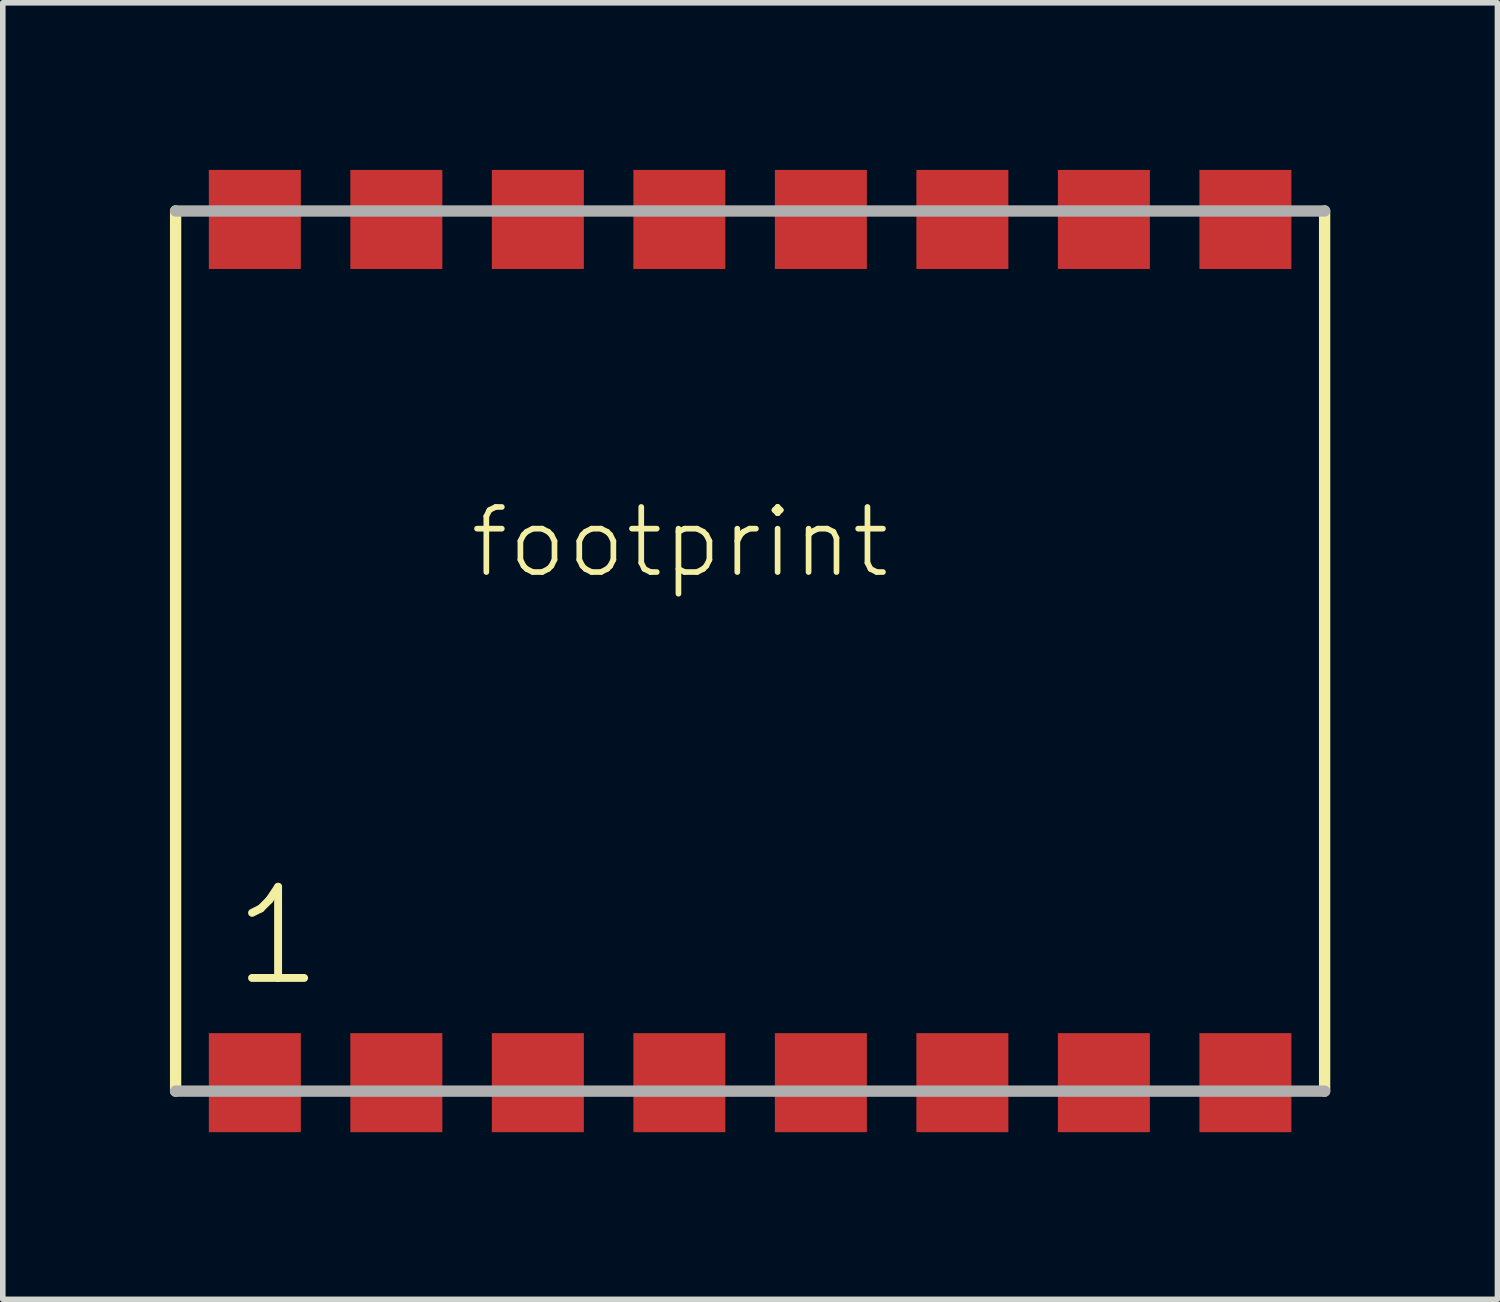
<source format=kicad_pcb>
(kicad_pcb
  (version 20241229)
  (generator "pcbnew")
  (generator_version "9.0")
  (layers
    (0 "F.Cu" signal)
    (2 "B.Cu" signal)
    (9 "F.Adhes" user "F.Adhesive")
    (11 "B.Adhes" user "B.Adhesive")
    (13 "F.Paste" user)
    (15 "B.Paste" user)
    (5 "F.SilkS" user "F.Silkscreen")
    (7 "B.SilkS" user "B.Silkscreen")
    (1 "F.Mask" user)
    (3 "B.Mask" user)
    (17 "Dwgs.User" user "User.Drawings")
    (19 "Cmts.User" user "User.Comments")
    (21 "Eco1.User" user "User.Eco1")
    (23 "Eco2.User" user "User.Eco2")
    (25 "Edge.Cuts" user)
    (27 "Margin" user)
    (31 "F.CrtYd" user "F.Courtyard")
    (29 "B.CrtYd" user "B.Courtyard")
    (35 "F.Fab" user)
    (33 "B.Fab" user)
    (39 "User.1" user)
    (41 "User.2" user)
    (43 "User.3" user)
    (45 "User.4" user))
  (footprint "footprint"
    (layer "F.Cu")
    (at 10.414 8.636)
    (property "Reference" "footprint" (at -5.08 -1.27 0) (layer "F.SilkS") (effects (font (size 1.168 1.168) (thickness 0.102)) (justify left bottom)))
    (fp_line (start -10.312 -7.899) (end -10.312 7.899) (stroke (width 0.203) (type solid)) (layer "F.SilkS"))
    (fp_line (start 10.312 7.899) (end 10.312 -7.899) (stroke (width 0.203) (type solid)) (layer "F.SilkS"))
    (fp_line (start -10.312 7.899) (end 10.312 7.899) (stroke (width 0.203) (type solid)) (layer "F.Fab"))
    (fp_line (start 10.312 -7.899) (end -10.312 -7.899) (stroke (width 0.203) (type solid)) (layer "F.Fab"))
    (fp_text user "1" (at -9.345 6.075 0) (layer "F.SilkS") (effects (font (size 1.636 1.636) (thickness 0.142)) (justify left bottom)))
    (pad "1" smd rect (at -8.89 7.747) (size 1.651 1.778) (layers "F.Cu" "F.Mask" "F.Paste"))
    (pad "2" smd rect (at -6.35 7.747) (size 1.651 1.778) (layers "F.Cu" "F.Mask" "F.Paste"))
    (pad "3" smd rect (at -3.81 7.747) (size 1.651 1.778) (layers "F.Cu" "F.Mask" "F.Paste"))
    (pad "4" smd rect (at -1.27 7.747) (size 1.651 1.778) (layers "F.Cu" "F.Mask" "F.Paste"))
    (pad "5" smd rect (at 1.27 7.747) (size 1.651 1.778) (layers "F.Cu" "F.Mask" "F.Paste"))
    (pad "6" smd rect (at 3.81 7.747) (size 1.651 1.778) (layers "F.Cu" "F.Mask" "F.Paste"))
    (pad "7" smd rect (at 6.35 7.747) (size 1.651 1.778) (layers "F.Cu" "F.Mask" "F.Paste"))
    (pad "8" smd rect (at 8.89 7.747) (size 1.651 1.778) (layers "F.Cu" "F.Mask" "F.Paste"))
    (pad "9" smd rect (at 8.89 -7.747 180) (size 1.651 1.778) (layers "F.Cu" "F.Mask" "F.Paste"))
    (pad "10" smd rect (at 6.35 -7.747 180) (size 1.651 1.778) (layers "F.Cu" "F.Mask" "F.Paste"))
    (pad "11" smd rect (at 3.81 -7.747 180) (size 1.651 1.778) (layers "F.Cu" "F.Mask" "F.Paste"))
    (pad "12" smd rect (at 1.27 -7.747 180) (size 1.651 1.778) (layers "F.Cu" "F.Mask" "F.Paste"))
    (pad "13" smd rect (at -1.27 -7.747 180) (size 1.651 1.778) (layers "F.Cu" "F.Mask" "F.Paste"))
    (pad "14" smd rect (at -3.81 -7.747 180) (size 1.651 1.778) (layers "F.Cu" "F.Mask" "F.Paste"))
    (pad "15" smd rect (at -6.35 -7.747 180) (size 1.651 1.778) (layers "F.Cu" "F.Mask" "F.Paste"))
    (pad "16" smd rect (at -8.89 -7.747 180) (size 1.651 1.778) (layers "F.Cu" "F.Mask" "F.Paste")))
  (gr_rect
    (start -3 -3)
    (end 23.828 20.272)
    (stroke (width 0.1) (type default))
    (fill no)
    (layer "Edge.Cuts")))
</source>
